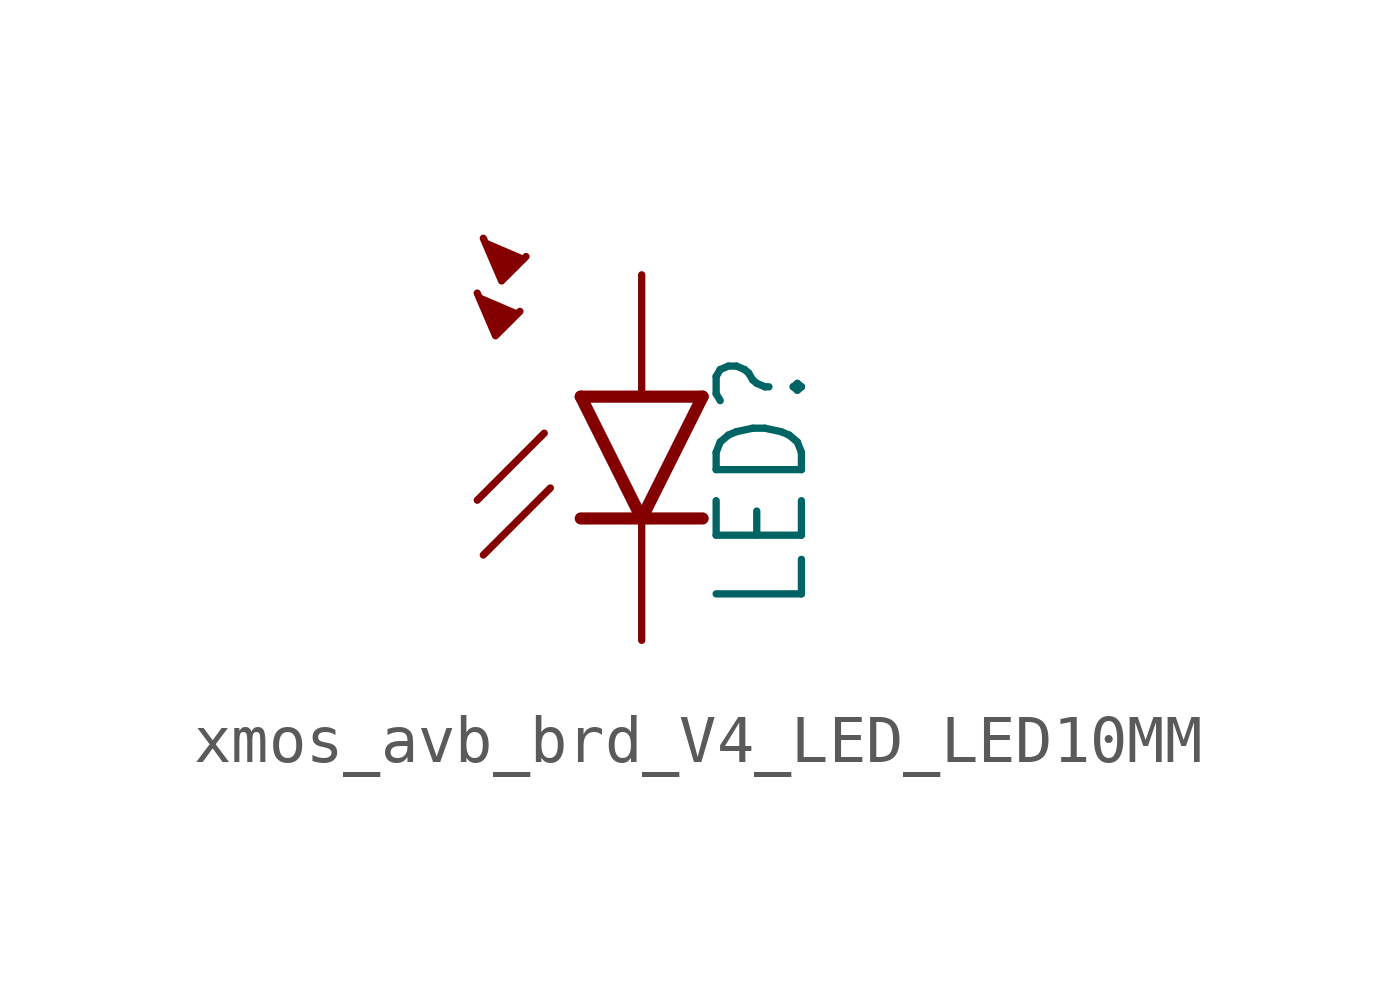
<source format=kicad_sym>
(kicad_symbol_lib
  (version 20241209)
  (generator "kicad_symbol_editor")
  (generator_version "9.0")
  (symbol "xmos_avb_brd_V4_LED_LED10MM"
    (property "Reference" "LED"
      (at 3.556 -4.572 90)
      (effects (font (size 1.778 1.511)) (justify left bottom)))
    (property "Value" ""
      (at 5.715 -4.572 90)
      (effects (font (size 1.778 1.511)) (justify left bottom)))
    (property "ki_locked" ""
      (at 0 0 0)
      (effects (font (size 1.27 1.27))))
    (symbol "xmos_avb_brd_V4_LED_LED10MM_1_0"
      (polyline (pts (xy -3.429 2.159) (xy -3.048 1.27) (xy -2.54 1.778)) (stroke (width 0.152) (type solid)) (fill (type outline)))
      (polyline (pts (xy -3.302 3.302) (xy -2.921 2.413) (xy -2.413 2.921)) (stroke (width 0.152) (type solid)) (fill (type outline)))
      (polyline (pts (xy -2.032 -0.762) (xy -3.429 -2.159)) (stroke (width 0.152) (type solid)) (fill (type none)))
      (polyline (pts (xy -1.905 -1.905) (xy -3.302 -3.302)) (stroke (width 0.152) (type solid)) (fill (type none)))
      (polyline (pts (xy 0 -2.54) (xy -1.27 0)) (stroke (width 0.254) (type solid)) (fill (type none)))
      (polyline (pts (xy 0 -2.54) (xy -1.27 -2.54)) (stroke (width 0.254) (type solid)) (fill (type none)))
      (polyline (pts (xy 1.27 0) (xy -1.27 0)) (stroke (width 0.254) (type solid)) (fill (type none)))
      (polyline (pts (xy 1.27 0) (xy 0 -2.54)) (stroke (width 0.254) (type solid)) (fill (type none)))
      (polyline (pts (xy 1.27 -2.54) (xy 0 -2.54)) (stroke (width 0.254) (type solid)) (fill (type none)))
      (pin passive line (at 0 2.54 270) (length 2.54) (name "A" (effects (font (size 0 0)))) (number "A" (effects (font (size 0 0)))))
      (pin passive line (at 0 -5.08 90) (length 2.54) (name "C" (effects (font (size 0 0)))) (number "K" (effects (font (size 0 0))))))))
</source>
